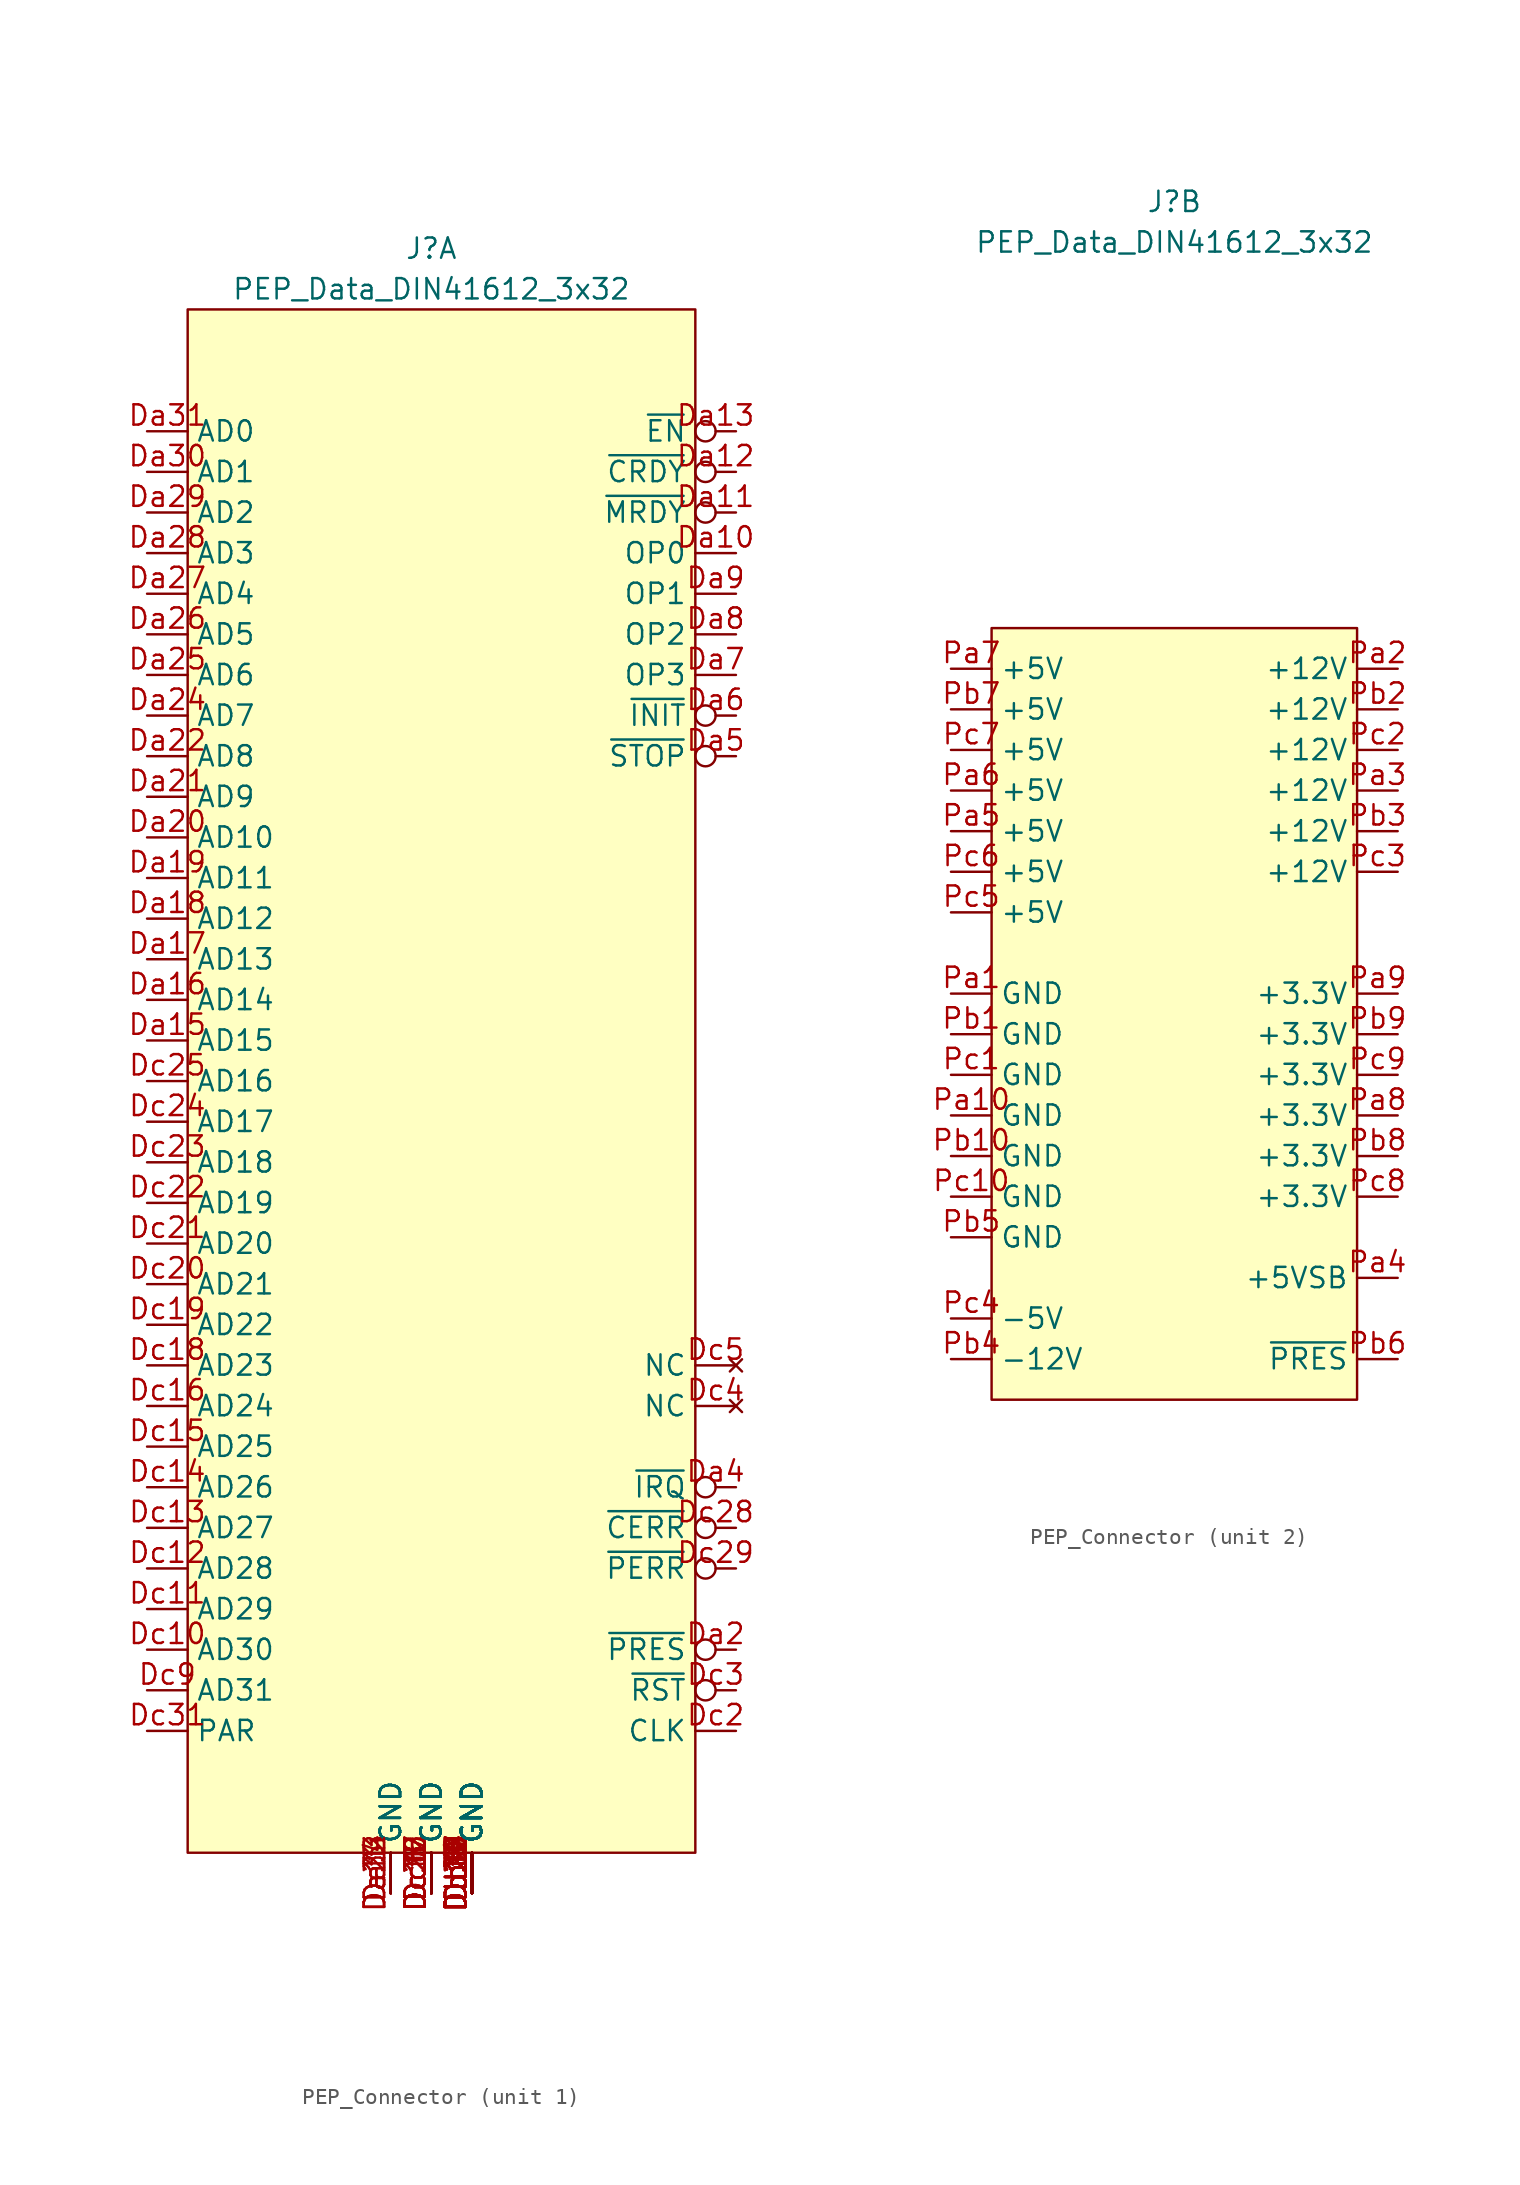
<source format=kicad_sym>
(kicad_symbol_lib
  (version 20220914)
  (generator kicad_symbol_editor)
  (symbol "PEP_Connector"
    (property "Reference" "J"
      (at 0 52.07 0)
      (effects (font (size 1.27 1.27))))
    (property "Value" "PEP_Data_DIN41612_3x32"
      (at 0 49.53 0)
      (effects (font (size 1.27 1.27))))
    (property "ki_locked" ""
      (at 0 0 0)
      (effects (font (size 1.27 1.27))))
    (symbol "PEP_Connector_1_1"
      (rectangle (start -15.24 48.26) (end 16.51 -48.26) (stroke (width 0) (type default)) (fill (type background)))
      (pin power_in line (at -2.54 -50.8 90) (length 2.54) (name "GND" (effects (font (size 1.27 1.27)))) (number "Da1" (effects (font (size 1.27 1.27)))))
      (pin input line (at 19.05 33.02 180) (length 2.54) (name "OP0" (effects (font (size 1.27 1.27)))) (number "Da10" (effects (font (size 1.27 1.27)))))
      (pin input inverted (at 19.05 35.56 180) (length 2.54) (name "~{MRDY}" (effects (font (size 1.27 1.27)))) (number "Da11" (effects (font (size 1.27 1.27)))))
      (pin output inverted (at 19.05 38.1 180) (length 2.54) (name "~{CRDY}" (effects (font (size 1.27 1.27)))) (number "Da12" (effects (font (size 1.27 1.27)))))
      (pin input inverted (at 19.05 40.64 180) (length 2.54) (name "~{EN}" (effects (font (size 1.27 1.27)))) (number "Da13" (effects (font (size 1.27 1.27)))))
      (pin power_in line (at -2.54 -50.8 90) (length 2.54) (name "GND" (effects (font (size 1.27 1.27)))) (number "Da14" (effects (font (size 1.27 1.27)))))
      (pin bidirectional line (at -17.78 2.54 0) (length 2.54) (name "AD15" (effects (font (size 1.27 1.27)))) (number "Da15" (effects (font (size 1.27 1.27)))))
      (pin bidirectional line (at -17.78 5.08 0) (length 2.54) (name "AD14" (effects (font (size 1.27 1.27)))) (number "Da16" (effects (font (size 1.27 1.27)))))
      (pin bidirectional line (at -17.78 7.62 0) (length 2.54) (name "AD13" (effects (font (size 1.27 1.27)))) (number "Da17" (effects (font (size 1.27 1.27)))))
      (pin bidirectional line (at -17.78 10.16 0) (length 2.54) (name "AD12" (effects (font (size 1.27 1.27)))) (number "Da18" (effects (font (size 1.27 1.27)))))
      (pin bidirectional line (at -17.78 12.7 0) (length 2.54) (name "AD11" (effects (font (size 1.27 1.27)))) (number "Da19" (effects (font (size 1.27 1.27)))))
      (pin output inverted (at 19.05 -35.56 180) (length 2.54) (name "~{PRES}" (effects (font (size 1.27 1.27)))) (number "Da2" (effects (font (size 1.27 1.27)))))
      (pin bidirectional line (at -17.78 15.24 0) (length 2.54) (name "AD10" (effects (font (size 1.27 1.27)))) (number "Da20" (effects (font (size 1.27 1.27)))))
      (pin bidirectional line (at -17.78 17.78 0) (length 2.54) (name "AD9" (effects (font (size 1.27 1.27)))) (number "Da21" (effects (font (size 1.27 1.27)))))
      (pin bidirectional line (at -17.78 20.32 0) (length 2.54) (name "AD8" (effects (font (size 1.27 1.27)))) (number "Da22" (effects (font (size 1.27 1.27)))))
      (pin power_in line (at -2.54 -50.8 90) (length 2.54) (name "GND" (effects (font (size 1.27 1.27)))) (number "Da23" (effects (font (size 1.27 1.27)))))
      (pin bidirectional line (at -17.78 22.86 0) (length 2.54) (name "AD7" (effects (font (size 1.27 1.27)))) (number "Da24" (effects (font (size 1.27 1.27)))))
      (pin bidirectional line (at -17.78 25.4 0) (length 2.54) (name "AD6" (effects (font (size 1.27 1.27)))) (number "Da25" (effects (font (size 1.27 1.27)))))
      (pin bidirectional line (at -17.78 27.94 0) (length 2.54) (name "AD5" (effects (font (size 1.27 1.27)))) (number "Da26" (effects (font (size 1.27 1.27)))))
      (pin bidirectional line (at -17.78 30.48 0) (length 2.54) (name "AD4" (effects (font (size 1.27 1.27)))) (number "Da27" (effects (font (size 1.27 1.27)))))
      (pin bidirectional line (at -17.78 33.02 0) (length 2.54) (name "AD3" (effects (font (size 1.27 1.27)))) (number "Da28" (effects (font (size 1.27 1.27)))))
      (pin bidirectional line (at -17.78 35.56 0) (length 2.54) (name "AD2" (effects (font (size 1.27 1.27)))) (number "Da29" (effects (font (size 1.27 1.27)))))
      (pin power_in line (at -2.54 -50.8 90) (length 2.54) (name "GND" (effects (font (size 1.27 1.27)))) (number "Da3" (effects (font (size 1.27 1.27)))))
      (pin bidirectional line (at -17.78 38.1 0) (length 2.54) (name "AD1" (effects (font (size 1.27 1.27)))) (number "Da30" (effects (font (size 1.27 1.27)))))
      (pin bidirectional line (at -17.78 40.64 0) (length 2.54) (name "AD0" (effects (font (size 1.27 1.27)))) (number "Da31" (effects (font (size 1.27 1.27)))))
      (pin power_in line (at -2.54 -50.8 90) (length 2.54) (name "GND" (effects (font (size 1.27 1.27)))) (number "Da32" (effects (font (size 1.27 1.27)))))
      (pin output inverted (at 19.05 -25.4 180) (length 2.54) (name "~{IRQ}" (effects (font (size 1.27 1.27)))) (number "Da4" (effects (font (size 1.27 1.27)))))
      (pin bidirectional inverted (at 19.05 20.32 180) (length 2.54) (name "~{STOP}" (effects (font (size 1.27 1.27)))) (number "Da5" (effects (font (size 1.27 1.27)))))
      (pin output inverted (at 19.05 22.86 180) (length 2.54) (name "~{INIT}" (effects (font (size 1.27 1.27)))) (number "Da6" (effects (font (size 1.27 1.27)))))
      (pin input line (at 19.05 25.4 180) (length 2.54) (name "OP3" (effects (font (size 1.27 1.27)))) (number "Da7" (effects (font (size 1.27 1.27)))))
      (pin input line (at 19.05 27.94 180) (length 2.54) (name "OP2" (effects (font (size 1.27 1.27)))) (number "Da8" (effects (font (size 1.27 1.27)))))
      (pin input line (at 19.05 30.48 180) (length 2.54) (name "OP1" (effects (font (size 1.27 1.27)))) (number "Da9" (effects (font (size 1.27 1.27)))))
      (pin power_in line (at 2.54 -50.8 90) (length 2.54) (name "GND" (effects (font (size 1.27 1.27)))) (number "Db1" (effects (font (size 1.27 1.27)))))
      (pin power_in line (at 2.54 -50.8 90) (length 2.54) (name "GND" (effects (font (size 1.27 1.27)))) (number "Db10" (effects (font (size 1.27 1.27)))))
      (pin power_in line (at 2.54 -50.8 90) (length 2.54) (name "GND" (effects (font (size 1.27 1.27)))) (number "Db11" (effects (font (size 1.27 1.27)))))
      (pin power_in line (at 2.54 -50.8 90) (length 2.54) (name "GND" (effects (font (size 1.27 1.27)))) (number "Db12" (effects (font (size 1.27 1.27)))))
      (pin power_in line (at 2.54 -50.8 90) (length 2.54) (name "GND" (effects (font (size 1.27 1.27)))) (number "Db13" (effects (font (size 1.27 1.27)))))
      (pin power_in line (at 2.54 -50.8 90) (length 2.54) (name "GND" (effects (font (size 1.27 1.27)))) (number "Db14" (effects (font (size 1.27 1.27)))))
      (pin power_in line (at 2.54 -50.8 90) (length 2.54) (name "GND" (effects (font (size 1.27 1.27)))) (number "Db15" (effects (font (size 1.27 1.27)))))
      (pin power_in line (at 2.54 -50.8 90) (length 2.54) (name "GND" (effects (font (size 1.27 1.27)))) (number "Db16" (effects (font (size 1.27 1.27)))))
      (pin power_in line (at 2.54 -50.8 90) (length 2.54) (name "GND" (effects (font (size 1.27 1.27)))) (number "Db17" (effects (font (size 1.27 1.27)))))
      (pin power_in line (at 2.54 -50.8 90) (length 2.54) (name "GND" (effects (font (size 1.27 1.27)))) (number "Db18" (effects (font (size 1.27 1.27)))))
      (pin power_in line (at 2.54 -50.8 90) (length 2.54) (name "GND" (effects (font (size 1.27 1.27)))) (number "Db19" (effects (font (size 1.27 1.27)))))
      (pin power_in line (at 2.54 -50.8 90) (length 2.54) (name "GND" (effects (font (size 1.27 1.27)))) (number "Db2" (effects (font (size 1.27 1.27)))))
      (pin power_in line (at 2.54 -50.8 90) (length 2.54) (name "GND" (effects (font (size 1.27 1.27)))) (number "Db20" (effects (font (size 1.27 1.27)))))
      (pin power_in line (at 2.54 -50.8 90) (length 2.54) (name "GND" (effects (font (size 1.27 1.27)))) (number "Db21" (effects (font (size 1.27 1.27)))))
      (pin power_in line (at 2.54 -50.8 90) (length 2.54) (name "GND" (effects (font (size 1.27 1.27)))) (number "Db22" (effects (font (size 1.27 1.27)))))
      (pin power_in line (at 2.54 -50.8 90) (length 2.54) (name "GND" (effects (font (size 1.27 1.27)))) (number "Db23" (effects (font (size 1.27 1.27)))))
      (pin power_in line (at 2.54 -50.8 90) (length 2.54) (name "GND" (effects (font (size 1.27 1.27)))) (number "Db24" (effects (font (size 1.27 1.27)))))
      (pin power_in line (at 2.54 -50.8 90) (length 2.54) (name "GND" (effects (font (size 1.27 1.27)))) (number "Db25" (effects (font (size 1.27 1.27)))))
      (pin power_in line (at 2.54 -50.8 90) (length 2.54) (name "GND" (effects (font (size 1.27 1.27)))) (number "Db26" (effects (font (size 1.27 1.27)))))
      (pin power_in line (at 2.54 -50.8 90) (length 2.54) (name "GND" (effects (font (size 1.27 1.27)))) (number "Db27" (effects (font (size 1.27 1.27)))))
      (pin power_in line (at 2.54 -50.8 90) (length 2.54) (name "GND" (effects (font (size 1.27 1.27)))) (number "Db28" (effects (font (size 1.27 1.27)))))
      (pin power_in line (at 2.54 -50.8 90) (length 2.54) (name "GND" (effects (font (size 1.27 1.27)))) (number "Db29" (effects (font (size 1.27 1.27)))))
      (pin power_in line (at 2.54 -50.8 90) (length 2.54) (name "GND" (effects (font (size 1.27 1.27)))) (number "Db3" (effects (font (size 1.27 1.27)))))
      (pin power_in line (at 2.54 -50.8 90) (length 2.54) (name "GND" (effects (font (size 1.27 1.27)))) (number "Db30" (effects (font (size 1.27 1.27)))))
      (pin power_in line (at 2.54 -50.8 90) (length 2.54) (name "GND" (effects (font (size 1.27 1.27)))) (number "Db31" (effects (font (size 1.27 1.27)))))
      (pin power_in line (at 2.54 -50.8 90) (length 2.54) (name "GND" (effects (font (size 1.27 1.27)))) (number "Db32" (effects (font (size 1.27 1.27)))))
      (pin power_in line (at 2.54 -50.8 90) (length 2.54) (name "GND" (effects (font (size 1.27 1.27)))) (number "Db4" (effects (font (size 1.27 1.27)))))
      (pin power_in line (at 2.54 -50.8 90) (length 2.54) (name "GND" (effects (font (size 1.27 1.27)))) (number "Db5" (effects (font (size 1.27 1.27)))))
      (pin power_in line (at 2.54 -50.8 90) (length 2.54) (name "GND" (effects (font (size 1.27 1.27)))) (number "Db6" (effects (font (size 1.27 1.27)))))
      (pin power_in line (at 2.54 -50.8 90) (length 2.54) (name "GND" (effects (font (size 1.27 1.27)))) (number "Db7" (effects (font (size 1.27 1.27)))))
      (pin power_in line (at 2.54 -50.8 90) (length 2.54) (name "GND" (effects (font (size 1.27 1.27)))) (number "Db8" (effects (font (size 1.27 1.27)))))
      (pin power_in line (at 2.54 -50.8 90) (length 2.54) (name "GND" (effects (font (size 1.27 1.27)))) (number "Db9" (effects (font (size 1.27 1.27)))))
      (pin power_in line (at 0 -50.8 90) (length 2.54) (name "GND" (effects (font (size 1.27 1.27)))) (number "Dc1" (effects (font (size 1.27 1.27)))))
      (pin bidirectional line (at -17.78 -35.56 0) (length 2.54) (name "AD30" (effects (font (size 1.27 1.27)))) (number "Dc10" (effects (font (size 1.27 1.27)))))
      (pin bidirectional line (at -17.78 -33.02 0) (length 2.54) (name "AD29" (effects (font (size 1.27 1.27)))) (number "Dc11" (effects (font (size 1.27 1.27)))))
      (pin bidirectional line (at -17.78 -30.48 0) (length 2.54) (name "AD28" (effects (font (size 1.27 1.27)))) (number "Dc12" (effects (font (size 1.27 1.27)))))
      (pin bidirectional line (at -17.78 -27.94 0) (length 2.54) (name "AD27" (effects (font (size 1.27 1.27)))) (number "Dc13" (effects (font (size 1.27 1.27)))))
      (pin bidirectional line (at -17.78 -25.4 0) (length 2.54) (name "AD26" (effects (font (size 1.27 1.27)))) (number "Dc14" (effects (font (size 1.27 1.27)))))
      (pin bidirectional line (at -17.78 -22.86 0) (length 2.54) (name "AD25" (effects (font (size 1.27 1.27)))) (number "Dc15" (effects (font (size 1.27 1.27)))))
      (pin bidirectional line (at -17.78 -20.32 0) (length 2.54) (name "AD24" (effects (font (size 1.27 1.27)))) (number "Dc16" (effects (font (size 1.27 1.27)))))
      (pin power_in line (at 0 -50.8 90) (length 2.54) (name "GND" (effects (font (size 1.27 1.27)))) (number "Dc17" (effects (font (size 1.27 1.27)))))
      (pin bidirectional line (at -17.78 -17.78 0) (length 2.54) (name "AD23" (effects (font (size 1.27 1.27)))) (number "Dc18" (effects (font (size 1.27 1.27)))))
      (pin bidirectional line (at -17.78 -15.24 0) (length 2.54) (name "AD22" (effects (font (size 1.27 1.27)))) (number "Dc19" (effects (font (size 1.27 1.27)))))
      (pin input line (at 19.05 -40.64 180) (length 2.54) (name "CLK" (effects (font (size 1.27 1.27)))) (number "Dc2" (effects (font (size 1.27 1.27)))))
      (pin bidirectional line (at -17.78 -12.7 0) (length 2.54) (name "AD21" (effects (font (size 1.27 1.27)))) (number "Dc20" (effects (font (size 1.27 1.27)))))
      (pin bidirectional line (at -17.78 -10.16 0) (length 2.54) (name "AD20" (effects (font (size 1.27 1.27)))) (number "Dc21" (effects (font (size 1.27 1.27)))))
      (pin bidirectional line (at -17.78 -7.62 0) (length 2.54) (name "AD19" (effects (font (size 1.27 1.27)))) (number "Dc22" (effects (font (size 1.27 1.27)))))
      (pin bidirectional line (at -17.78 -5.08 0) (length 2.54) (name "AD18" (effects (font (size 1.27 1.27)))) (number "Dc23" (effects (font (size 1.27 1.27)))))
      (pin bidirectional line (at -17.78 -2.54 0) (length 2.54) (name "AD17" (effects (font (size 1.27 1.27)))) (number "Dc24" (effects (font (size 1.27 1.27)))))
      (pin bidirectional line (at -17.78 0 0) (length 2.54) (name "AD16" (effects (font (size 1.27 1.27)))) (number "Dc25" (effects (font (size 1.27 1.27)))))
      (pin power_in line (at 0 -50.8 90) (length 2.54) (name "GND" (effects (font (size 1.27 1.27)))) (number "Dc25" (effects (font (size 1.27 1.27)))))
      (pin power_in line (at 0 -50.8 90) (length 2.54) (name "GND" (effects (font (size 1.27 1.27)))) (number "Dc26" (effects (font (size 1.27 1.27)))))
      (pin power_in line (at 0 -50.8 90) (length 2.54) (name "GND" (effects (font (size 1.27 1.27)))) (number "Dc27" (effects (font (size 1.27 1.27)))))
      (pin output inverted (at 19.05 -27.94 180) (length 2.54) (name "~{CERR}" (effects (font (size 1.27 1.27)))) (number "Dc28" (effects (font (size 1.27 1.27)))))
      (pin bidirectional inverted (at 19.05 -30.48 180) (length 2.54) (name "~{PERR}" (effects (font (size 1.27 1.27)))) (number "Dc29" (effects (font (size 1.27 1.27)))))
      (pin input inverted (at 19.05 -38.1 180) (length 2.54) (name "~{RST}" (effects (font (size 1.27 1.27)))) (number "Dc3" (effects (font (size 1.27 1.27)))))
      (pin power_in line (at 0 -50.8 90) (length 2.54) (name "GND" (effects (font (size 1.27 1.27)))) (number "Dc30" (effects (font (size 1.27 1.27)))))
      (pin bidirectional line (at -17.78 -40.64 0) (length 2.54) (name "PAR" (effects (font (size 1.27 1.27)))) (number "Dc31" (effects (font (size 1.27 1.27)))))
      (pin power_in line (at 0 -50.8 90) (length 2.54) (name "GND" (effects (font (size 1.27 1.27)))) (number "Dc32" (effects (font (size 1.27 1.27)))))
      (pin no_connect line (at 19.05 -20.32 180) (length 2.54) (name "NC" (effects (font (size 1.27 1.27)))) (number "Dc4" (effects (font (size 1.27 1.27)))))
      (pin no_connect line (at 19.05 -17.78 180) (length 2.54) (name "NC" (effects (font (size 1.27 1.27)))) (number "Dc5" (effects (font (size 1.27 1.27)))))
      (pin power_in line (at 0 -50.8 90) (length 2.54) (name "GND" (effects (font (size 1.27 1.27)))) (number "Dc6" (effects (font (size 1.27 1.27)))))
      (pin power_in line (at 0 -50.8 90) (length 2.54) (name "GND" (effects (font (size 1.27 1.27)))) (number "Dc7" (effects (font (size 1.27 1.27)))))
      (pin power_in line (at 0 -50.8 90) (length 2.54) (name "GND" (effects (font (size 1.27 1.27)))) (number "Dc8" (effects (font (size 1.27 1.27)))))
      (pin bidirectional line (at -17.78 -38.1 0) (length 2.54) (name "AD31" (effects (font (size 1.27 1.27)))) (number "Dc9" (effects (font (size 1.27 1.27))))))
    (symbol "PEP_Connector_2_1"
      (rectangle (start -11.43 25.4) (end 11.43 -22.86) (stroke (width 0) (type default)) (fill (type background)))
      (pin power_in line (at -13.97 2.54 0) (length 2.54) (name "GND" (effects (font (size 1.27 1.27)))) (number "Pa1" (effects (font (size 1.27 1.27)))))
      (pin power_in line (at -13.97 -5.08 0) (length 2.54) (name "GND" (effects (font (size 1.27 1.27)))) (number "Pa10" (effects (font (size 1.27 1.27)))))
      (pin power_in line (at 13.97 22.86 180) (length 2.54) (name "+12V" (effects (font (size 1.27 1.27)))) (number "Pa2" (effects (font (size 1.27 1.27)))))
      (pin power_in line (at 13.97 15.24 180) (length 2.54) (name "+12V" (effects (font (size 1.27 1.27)))) (number "Pa3" (effects (font (size 1.27 1.27)))))
      (pin power_in line (at 13.97 -15.24 180) (length 2.54) (name "+5VSB" (effects (font (size 1.27 1.27)))) (number "Pa4" (effects (font (size 1.27 1.27)))))
      (pin power_in line (at -13.97 12.7 0) (length 2.54) (name "+5V" (effects (font (size 1.27 1.27)))) (number "Pa5" (effects (font (size 1.27 1.27)))))
      (pin power_in line (at -13.97 15.24 0) (length 2.54) (name "+5V" (effects (font (size 1.27 1.27)))) (number "Pa6" (effects (font (size 1.27 1.27)))))
      (pin power_in line (at -13.97 22.86 0) (length 2.54) (name "+5V" (effects (font (size 1.27 1.27)))) (number "Pa7" (effects (font (size 1.27 1.27)))))
      (pin power_in line (at 13.97 -5.08 180) (length 2.54) (name "+3.3V" (effects (font (size 1.27 1.27)))) (number "Pa8" (effects (font (size 1.27 1.27)))))
      (pin power_in line (at 13.97 2.54 180) (length 2.54) (name "+3.3V" (effects (font (size 1.27 1.27)))) (number "Pa9" (effects (font (size 1.27 1.27)))))
      (pin power_in line (at -13.97 0 0) (length 2.54) (name "GND" (effects (font (size 1.27 1.27)))) (number "Pb1" (effects (font (size 1.27 1.27)))))
      (pin power_in line (at -13.97 -7.62 0) (length 2.54) (name "GND" (effects (font (size 1.27 1.27)))) (number "Pb10" (effects (font (size 1.27 1.27)))))
      (pin power_in line (at 13.97 20.32 180) (length 2.54) (name "+12V" (effects (font (size 1.27 1.27)))) (number "Pb2" (effects (font (size 1.27 1.27)))))
      (pin power_in line (at 13.97 12.7 180) (length 2.54) (name "+12V" (effects (font (size 1.27 1.27)))) (number "Pb3" (effects (font (size 1.27 1.27)))))
      (pin power_in line (at -13.97 -20.32 0) (length 2.54) (name "-12V" (effects (font (size 1.27 1.27)))) (number "Pb4" (effects (font (size 1.27 1.27)))))
      (pin power_in line (at -13.97 -12.7 0) (length 2.54) (name "GND" (effects (font (size 1.27 1.27)))) (number "Pb5" (effects (font (size 1.27 1.27)))))
      (pin output line (at 13.97 -20.32 180) (length 2.54) (name "~{PRES}" (effects (font (size 1.27 1.27)))) (number "Pb6" (effects (font (size 1.27 1.27)))))
      (pin power_in line (at -13.97 20.32 0) (length 2.54) (name "+5V" (effects (font (size 1.27 1.27)))) (number "Pb7" (effects (font (size 1.27 1.27)))))
      (pin power_in line (at 13.97 -7.62 180) (length 2.54) (name "+3.3V" (effects (font (size 1.27 1.27)))) (number "Pb8" (effects (font (size 1.27 1.27)))))
      (pin power_in line (at 13.97 0 180) (length 2.54) (name "+3.3V" (effects (font (size 1.27 1.27)))) (number "Pb9" (effects (font (size 1.27 1.27)))))
      (pin power_in line (at -13.97 -2.54 0) (length 2.54) (name "GND" (effects (font (size 1.27 1.27)))) (number "Pc1" (effects (font (size 1.27 1.27)))))
      (pin power_in line (at -13.97 -10.16 0) (length 2.54) (name "GND" (effects (font (size 1.27 1.27)))) (number "Pc10" (effects (font (size 1.27 1.27)))))
      (pin power_in line (at 13.97 17.78 180) (length 2.54) (name "+12V" (effects (font (size 1.27 1.27)))) (number "Pc2" (effects (font (size 1.27 1.27)))))
      (pin power_in line (at 13.97 10.16 180) (length 2.54) (name "+12V" (effects (font (size 1.27 1.27)))) (number "Pc3" (effects (font (size 1.27 1.27)))))
      (pin power_in line (at -13.97 -17.78 0) (length 2.54) (name "-5V" (effects (font (size 1.27 1.27)))) (number "Pc4" (effects (font (size 1.27 1.27)))))
      (pin power_in line (at -13.97 7.62 0) (length 2.54) (name "+5V" (effects (font (size 1.27 1.27)))) (number "Pc5" (effects (font (size 1.27 1.27)))))
      (pin power_in line (at -13.97 10.16 0) (length 2.54) (name "+5V" (effects (font (size 1.27 1.27)))) (number "Pc6" (effects (font (size 1.27 1.27)))))
      (pin power_in line (at -13.97 17.78 0) (length 2.54) (name "+5V" (effects (font (size 1.27 1.27)))) (number "Pc7" (effects (font (size 1.27 1.27)))))
      (pin power_in line (at 13.97 -10.16 180) (length 2.54) (name "+3.3V" (effects (font (size 1.27 1.27)))) (number "Pc8" (effects (font (size 1.27 1.27)))))
      (pin power_in line (at 13.97 -2.54 180) (length 2.54) (name "+3.3V" (effects (font (size 1.27 1.27)))) (number "Pc9" (effects (font (size 1.27 1.27))))))))
</source>
